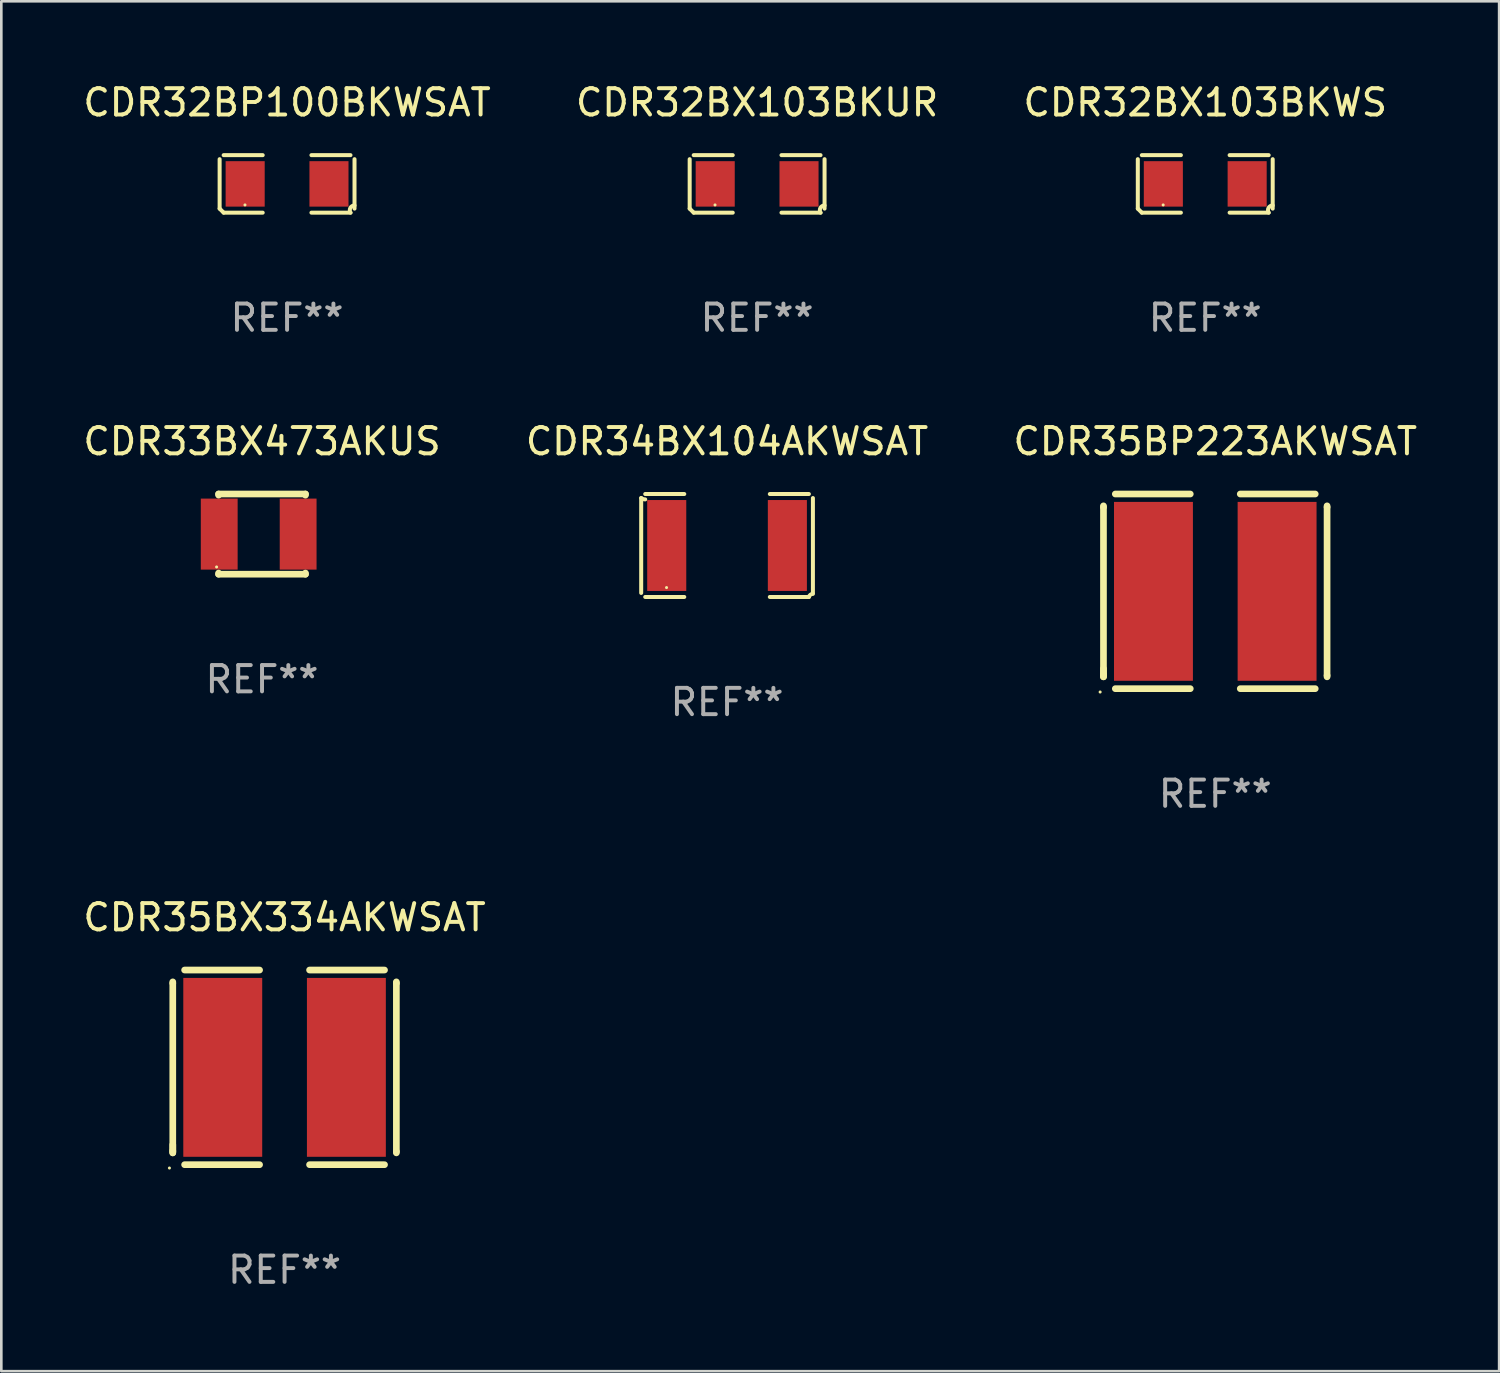
<source format=kicad_pcb>
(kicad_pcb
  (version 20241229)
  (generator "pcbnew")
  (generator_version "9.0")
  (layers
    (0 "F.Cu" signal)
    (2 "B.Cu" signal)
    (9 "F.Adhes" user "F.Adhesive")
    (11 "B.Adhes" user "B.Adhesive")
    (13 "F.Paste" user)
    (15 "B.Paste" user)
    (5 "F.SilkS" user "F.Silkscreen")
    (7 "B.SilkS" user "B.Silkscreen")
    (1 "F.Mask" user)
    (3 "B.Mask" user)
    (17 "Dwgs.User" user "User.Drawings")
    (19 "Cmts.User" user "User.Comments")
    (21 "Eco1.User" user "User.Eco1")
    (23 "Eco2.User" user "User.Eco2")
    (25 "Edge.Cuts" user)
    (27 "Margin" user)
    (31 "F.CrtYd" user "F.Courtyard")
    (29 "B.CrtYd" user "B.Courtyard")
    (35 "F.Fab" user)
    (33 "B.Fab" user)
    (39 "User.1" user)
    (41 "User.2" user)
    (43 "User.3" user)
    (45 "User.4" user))
  (footprint "CDR33BX473AKUS"
    (layer "F.Cu")
    (at 6.911 17.254)
    (property "Reference" "CDR33BX473AKUS" (at 0 -3.524 0) (layer "F.SilkS") (effects (font (size 1 1) (thickness 0.15))))
    (attr through_hole)
    (fp_line (start -1.651 -1.524) (end -1.651 -1.481) (stroke (width 0.254) (type solid)) (layer "F.SilkS"))
    (fp_line (start -1.651 1.481) (end -1.651 1.524) (stroke (width 0.254) (type solid)) (layer "F.SilkS"))
    (fp_line (start -1.651 1.524) (end 1.651 1.524) (stroke (width 0.254) (type solid)) (layer "F.SilkS"))
    (fp_line (start 1.651 -1.524) (end -1.651 -1.524) (stroke (width 0.254) (type solid)) (layer "F.SilkS"))
    (fp_line (start 1.651 -1.481) (end 1.651 -1.524) (stroke (width 0.254) (type solid)) (layer "F.SilkS"))
    (fp_line (start 1.651 1.524) (end 1.651 1.481) (stroke (width 0.254) (type solid)) (layer "F.SilkS"))
    (fp_circle (center -1.727 1.25) (end -1.697 1.25) (stroke (width 0.06) (type solid)) (fill no) (layer "F.SilkS"))
    (fp_text user "REF**" (at 0 5.524 0) (layer "F.Fab") (effects (font (size 1 1) (thickness 0.15))))
    (pad "1" smd rect (at -1.627 0) (size 1.4 2.7) (layers "F.Cu" "F.Mask" "F.Paste"))
    (pad "2" smd rect (at 1.373 0) (size 1.4 2.7) (layers "F.Cu" "F.Mask" "F.Paste")))
  (footprint "CDR32BP100BKWSAT"
    (layer "F.Cu")
    (at 7.863 3.941)
    (property "Reference" "CDR32BP100BKWSAT" (at 0 -3.093 0) (layer "F.SilkS") (effects (font (size 1 1) (thickness 0.15))))
    (attr through_hole)
    (fp_line (start -2.564 0.94) (end -2.564 -0.94) (stroke (width 0.152) (type solid)) (layer "F.SilkS"))
    (fp_line (start -2.411 -1.093) (end -0.926 -1.093) (stroke (width 0.152) (type solid)) (layer "F.SilkS"))
    (fp_line (start -0.926 1.093) (end -2.411 1.093) (stroke (width 0.152) (type solid)) (layer "F.SilkS"))
    (fp_line (start 0.926 1.093) (end 2.411 1.093) (stroke (width 0.152) (type solid)) (layer "F.SilkS"))
    (fp_line (start 2.411 -1.093) (end 0.926 -1.093) (stroke (width 0.152) (type solid)) (layer "F.SilkS"))
    (fp_line (start 2.564 0.94) (end 2.564 -0.94) (stroke (width 0.152) (type solid)) (layer "F.SilkS"))
    (fp_arc (start -2.411201 1.092609) (mid -2.487413 1.01642) (end -2.563602 0.940208) (stroke (width 0.1524) (type solid)) (layer "F.SilkS"))
    (fp_arc (start 2.411201 1.092609) (mid 2.407159 0.911226) (end 2.563602 0.819347) (stroke (width 0.1524) (type solid)) (layer "F.SilkS"))
    (fp_circle (center -1.6 0.8) (end -1.57 0.8) (stroke (width 0.06) (type solid)) (fill no) (layer "F.SilkS"))
    (fp_text user "REF**" (at 0 5.093 0) (layer "F.Fab") (effects (font (size 1 1) (thickness 0.15))))
    (pad "1" smd rect (at -1.593 0) (size 1.485 1.728) (layers "F.Cu" "F.Mask" "F.Paste"))
    (pad "2" smd rect (at 1.593 0) (size 1.485 1.728) (layers "F.Cu" "F.Mask" "F.Paste")))
  (footprint "CDR32BX103BKWS"
    (layer "F.Cu")
    (at 42.768 3.941)
    (property "Reference" "CDR32BX103BKWS" (at 0 -3.093 0) (layer "F.SilkS") (effects (font (size 1 1) (thickness 0.15))))
    (attr through_hole)
    (fp_line (start -2.564 0.94) (end -2.564 -0.94) (stroke (width 0.152) (type solid)) (layer "F.SilkS"))
    (fp_line (start -2.411 -1.093) (end -0.926 -1.093) (stroke (width 0.152) (type solid)) (layer "F.SilkS"))
    (fp_line (start -0.926 1.093) (end -2.411 1.093) (stroke (width 0.152) (type solid)) (layer "F.SilkS"))
    (fp_line (start 0.926 1.093) (end 2.411 1.093) (stroke (width 0.152) (type solid)) (layer "F.SilkS"))
    (fp_line (start 2.411 -1.093) (end 0.926 -1.093) (stroke (width 0.152) (type solid)) (layer "F.SilkS"))
    (fp_line (start 2.564 0.94) (end 2.564 -0.94) (stroke (width 0.152) (type solid)) (layer "F.SilkS"))
    (fp_arc (start -2.411201 1.092609) (mid -2.487413 1.01642) (end -2.563602 0.940208) (stroke (width 0.1524) (type solid)) (layer "F.SilkS"))
    (fp_arc (start 2.411201 1.092609) (mid 2.407159 0.911226) (end 2.563602 0.819347) (stroke (width 0.1524) (type solid)) (layer "F.SilkS"))
    (fp_circle (center -1.6 0.8) (end -1.57 0.8) (stroke (width 0.06) (type solid)) (fill no) (layer "F.SilkS"))
    (fp_text user "REF**" (at 0 5.093 0) (layer "F.Fab") (effects (font (size 1 1) (thickness 0.15))))
    (pad "1" smd rect (at -1.593 0) (size 1.485 1.728) (layers "F.Cu" "F.Mask" "F.Paste"))
    (pad "2" smd rect (at 1.593 0) (size 1.485 1.728) (layers "F.Cu" "F.Mask" "F.Paste")))
  (footprint "CDR35BX334AKWSAT"
    (layer "F.Cu")
    (at 7.768 37.526)
    (property "Reference" "CDR35BX334AKWSAT" (at 0 -5.7 0) (layer "F.SilkS") (effects (font (size 1 1) (thickness 0.15))))
    (attr through_hole)
    (fp_line (start -4.25 -3.25) (end -4.25 -3.2) (stroke (width 0.254) (type solid)) (layer "F.SilkS"))
    (fp_line (start -4.25 -3.2) (end -4.25 3.2) (stroke (width 0.254) (type solid)) (layer "F.SilkS"))
    (fp_line (start -4.25 3.25) (end -4.25 2.941) (stroke (width 0.254) (type solid)) (layer "F.SilkS"))
    (fp_line (start -4.25 3.25) (end -4.25 3.17) (stroke (width 0.254) (type solid)) (layer "F.SilkS"))
    (fp_line (start -0.95 -3.7) (end -3.8 -3.7) (stroke (width 0.254) (type solid)) (layer "F.SilkS"))
    (fp_line (start -0.95 3.7) (end -3.8 3.7) (stroke (width 0.254) (type solid)) (layer "F.SilkS"))
    (fp_line (start 0.95 -3.7) (end 3.8 -3.7) (stroke (width 0.254) (type solid)) (layer "F.SilkS"))
    (fp_line (start 0.95 3.7) (end 3.8 3.7) (stroke (width 0.254) (type solid)) (layer "F.SilkS"))
    (fp_line (start 4.25 -3.25) (end 4.25 -3.2) (stroke (width 0.254) (type solid)) (layer "F.SilkS"))
    (fp_line (start 4.25 -3.2) (end 4.25 3.2) (stroke (width 0.254) (type solid)) (layer "F.SilkS"))
    (fp_line (start 4.25 3.25) (end 4.25 3.2) (stroke (width 0.254) (type solid)) (layer "F.SilkS"))
    (fp_circle (center -4.377 3.827) (end -4.347 3.827) (stroke (width 0.06) (type solid)) (fill no) (layer "F.SilkS"))
    (fp_text user "REF**" (at 0 7.7 0) (layer "F.Fab") (effects (font (size 1 1) (thickness 0.15))))
    (pad "1" smd rect (at -2.35 0) (size 3 6.8) (layers "F.Cu" "F.Mask" "F.Paste"))
    (pad "2" smd rect (at 2.35 0) (size 3 6.8) (layers "F.Cu" "F.Mask" "F.Paste")))
  (footprint "CDR32BX103BKUR"
    (layer "F.Cu")
    (at 25.732 3.941)
    (property "Reference" "CDR32BX103BKUR" (at 0 -3.093 0) (layer "F.SilkS") (effects (font (size 1 1) (thickness 0.15))))
    (attr through_hole)
    (fp_line (start -2.564 0.94) (end -2.564 -0.94) (stroke (width 0.152) (type solid)) (layer "F.SilkS"))
    (fp_line (start -2.411 -1.093) (end -0.926 -1.093) (stroke (width 0.152) (type solid)) (layer "F.SilkS"))
    (fp_line (start -0.926 1.093) (end -2.411 1.093) (stroke (width 0.152) (type solid)) (layer "F.SilkS"))
    (fp_line (start 0.926 1.093) (end 2.411 1.093) (stroke (width 0.152) (type solid)) (layer "F.SilkS"))
    (fp_line (start 2.411 -1.093) (end 0.926 -1.093) (stroke (width 0.152) (type solid)) (layer "F.SilkS"))
    (fp_line (start 2.564 0.94) (end 2.564 -0.94) (stroke (width 0.152) (type solid)) (layer "F.SilkS"))
    (fp_arc (start -2.411201 1.092609) (mid -2.487413 1.01642) (end -2.563602 0.940208) (stroke (width 0.1524) (type solid)) (layer "F.SilkS"))
    (fp_arc (start 2.411201 1.092609) (mid 2.407159 0.911226) (end 2.563602 0.819347) (stroke (width 0.1524) (type solid)) (layer "F.SilkS"))
    (fp_circle (center -1.6 0.8) (end -1.57 0.8) (stroke (width 0.06) (type solid)) (fill no) (layer "F.SilkS"))
    (fp_text user "REF**" (at 0 5.093 0) (layer "F.Fab") (effects (font (size 1 1) (thickness 0.15))))
    (pad "1" smd rect (at -1.593 0) (size 1.485 1.728) (layers "F.Cu" "F.Mask" "F.Paste"))
    (pad "2" smd rect (at 1.593 0) (size 1.485 1.728) (layers "F.Cu" "F.Mask" "F.Paste")))
  (footprint "CDR35BP223AKWSAT"
    (layer "F.Cu")
    (at 43.149 19.43)
    (property "Reference" "CDR35BP223AKWSAT" (at 0 -5.7 0) (layer "F.SilkS") (effects (font (size 1 1) (thickness 0.15))))
    (attr through_hole)
    (fp_line (start -4.25 -3.25) (end -4.25 -3.2) (stroke (width 0.254) (type solid)) (layer "F.SilkS"))
    (fp_line (start -4.25 -3.2) (end -4.25 3.2) (stroke (width 0.254) (type solid)) (layer "F.SilkS"))
    (fp_line (start -4.25 3.25) (end -4.25 2.941) (stroke (width 0.254) (type solid)) (layer "F.SilkS"))
    (fp_line (start -4.25 3.25) (end -4.25 3.17) (stroke (width 0.254) (type solid)) (layer "F.SilkS"))
    (fp_line (start -0.95 -3.7) (end -3.8 -3.7) (stroke (width 0.254) (type solid)) (layer "F.SilkS"))
    (fp_line (start -0.95 3.7) (end -3.8 3.7) (stroke (width 0.254) (type solid)) (layer "F.SilkS"))
    (fp_line (start 0.95 -3.7) (end 3.8 -3.7) (stroke (width 0.254) (type solid)) (layer "F.SilkS"))
    (fp_line (start 0.95 3.7) (end 3.8 3.7) (stroke (width 0.254) (type solid)) (layer "F.SilkS"))
    (fp_line (start 4.25 -3.25) (end 4.25 -3.2) (stroke (width 0.254) (type solid)) (layer "F.SilkS"))
    (fp_line (start 4.25 -3.2) (end 4.25 3.2) (stroke (width 0.254) (type solid)) (layer "F.SilkS"))
    (fp_line (start 4.25 3.25) (end 4.25 3.2) (stroke (width 0.254) (type solid)) (layer "F.SilkS"))
    (fp_circle (center -4.377 3.827) (end -4.347 3.827) (stroke (width 0.06) (type solid)) (fill no) (layer "F.SilkS"))
    (fp_text user "REF**" (at 0 7.7 0) (layer "F.Fab") (effects (font (size 1 1) (thickness 0.15))))
    (pad "1" smd rect (at -2.35 0) (size 3 6.8) (layers "F.Cu" "F.Mask" "F.Paste"))
    (pad "2" smd rect (at 2.35 0) (size 3 6.8) (layers "F.Cu" "F.Mask" "F.Paste")))
  (footprint "CDR34BX104AKWSAT"
    (layer "F.Cu")
    (at 24.589 17.687)
    (property "Reference" "CDR34BX104AKWSAT" (at 0 -3.957 0) (layer "F.SilkS") (effects (font (size 1 1) (thickness 0.15))))
    (attr through_hole)
    (fp_line (start -3.264 1.804) (end -3.264 -1.804) (stroke (width 0.152) (type solid)) (layer "F.SilkS"))
    (fp_line (start -3.111 -1.957) (end -1.626 -1.957) (stroke (width 0.152) (type solid)) (layer "F.SilkS"))
    (fp_line (start -1.626 1.957) (end -3.111 1.957) (stroke (width 0.152) (type solid)) (layer "F.SilkS"))
    (fp_line (start 1.626 1.957) (end 3.111 1.957) (stroke (width 0.152) (type solid)) (layer "F.SilkS"))
    (fp_line (start 3.111 -1.957) (end 1.626 -1.957) (stroke (width 0.152) (type solid)) (layer "F.SilkS"))
    (fp_line (start 3.264 1.804) (end 3.264 -1.804) (stroke (width 0.152) (type solid)) (layer "F.SilkS"))
    (fp_arc (start -3.111202 -1.752192) (mid -3.191715 -1.76555) (end -3.263602 -1.804191) (stroke (width 0.1524) (type solid)) (layer "F.SilkS"))
    (fp_arc (start 3.111201 1.956591) (mid 3.167789 1.872777) (end 3.263602 1.840424) (stroke (width 0.1524) (type solid)) (layer "F.SilkS"))
    (fp_circle (center -2.3 1.6) (end -2.27 1.6) (stroke (width 0.06) (type solid)) (fill no) (layer "F.SilkS"))
    (fp_text user "REF**" (at 0 5.957 0) (layer "F.Fab") (effects (font (size 1 1) (thickness 0.15))))
    (pad "1" smd rect (at -2.293 0) (size 1.485 3.456) (layers "F.Cu" "F.Mask" "F.Paste"))
    (pad "2" smd rect (at 2.293 0) (size 1.485 3.456) (layers "F.Cu" "F.Mask" "F.Paste")))
  (gr_rect
    (start -3 -3)
    (end 53.94 49.075)
    (stroke (width 0.1) (type default))
    (fill no)
    (layer "Edge.Cuts")))
</source>
